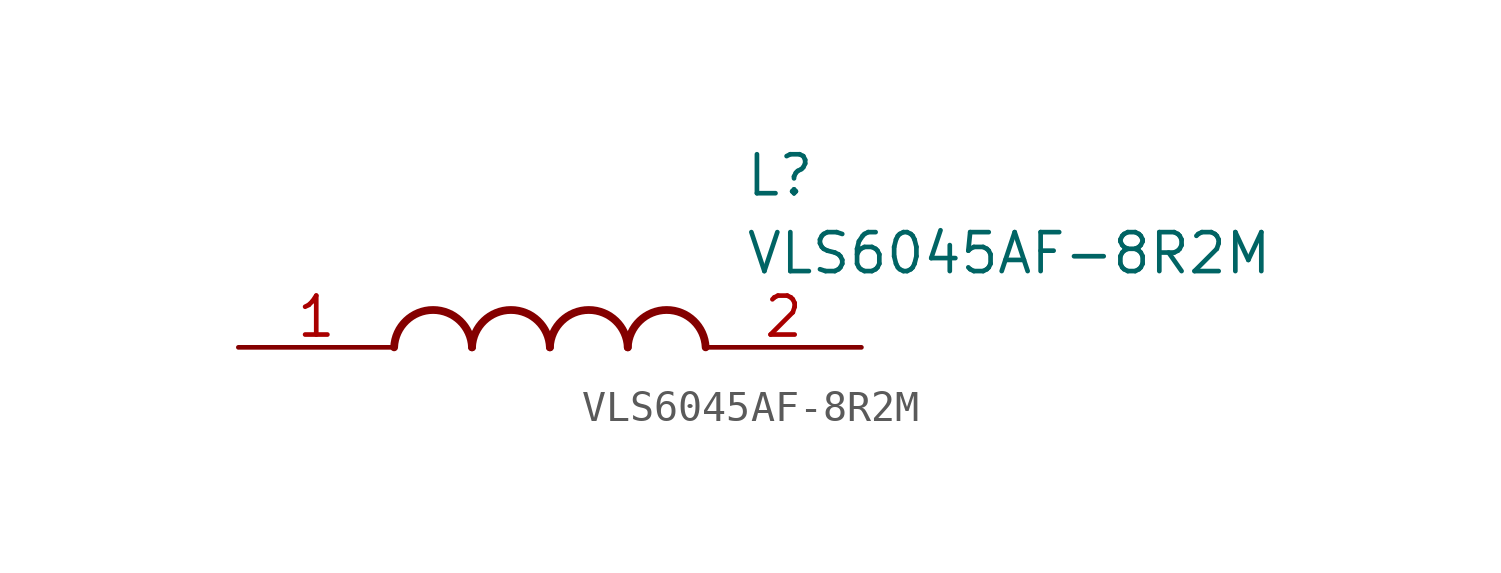
<source format=kicad_sym>
(kicad_symbol_lib
  (version 20211014)
  (generator SamacSys_ECAD_Model)
  (symbol "VLS6045AF-8R2M"
    (pin_names hide)
    (property "Reference" "L"
      (at 16.51 6.35 0)
      (effects (font (size 1.27 1.27)) (justify left top)))
    (property "Value" "VLS6045AF-8R2M"
      (at 16.51 3.81 0)
      (effects (font (size 1.27 1.27)) (justify left top)))
    (arc
      (start 7.62 0)
      (mid 6.35 1.219)
      (end 5.08 0)
      (stroke (width 0.254) (type default))
      (fill (type none)))
    (arc
      (start 10.16 0)
      (mid 8.89 1.219)
      (end 7.62 0)
      (stroke (width 0.254) (type default))
      (fill (type none)))
    (arc
      (start 12.7 0)
      (mid 11.43 1.219)
      (end 10.16 0)
      (stroke (width 0.254) (type default))
      (fill (type none)))
    (arc
      (start 15.24 0)
      (mid 13.97 1.219)
      (end 12.7 0)
      (stroke (width 0.254) (type default))
      (fill (type none)))
    (pin passive line
      (at 0 0 0)
      (length 5.08)
      (name "1" (effects (font (size 1.27 1.27))))
      (number "1" (effects (font (size 1.27 1.27)))))
    (pin passive line
      (at 20.32 0 180)
      (length 5.08)
      (name "2" (effects (font (size 1.27 1.27))))
      (number "2" (effects (font (size 1.27 1.27)))))))
</source>
